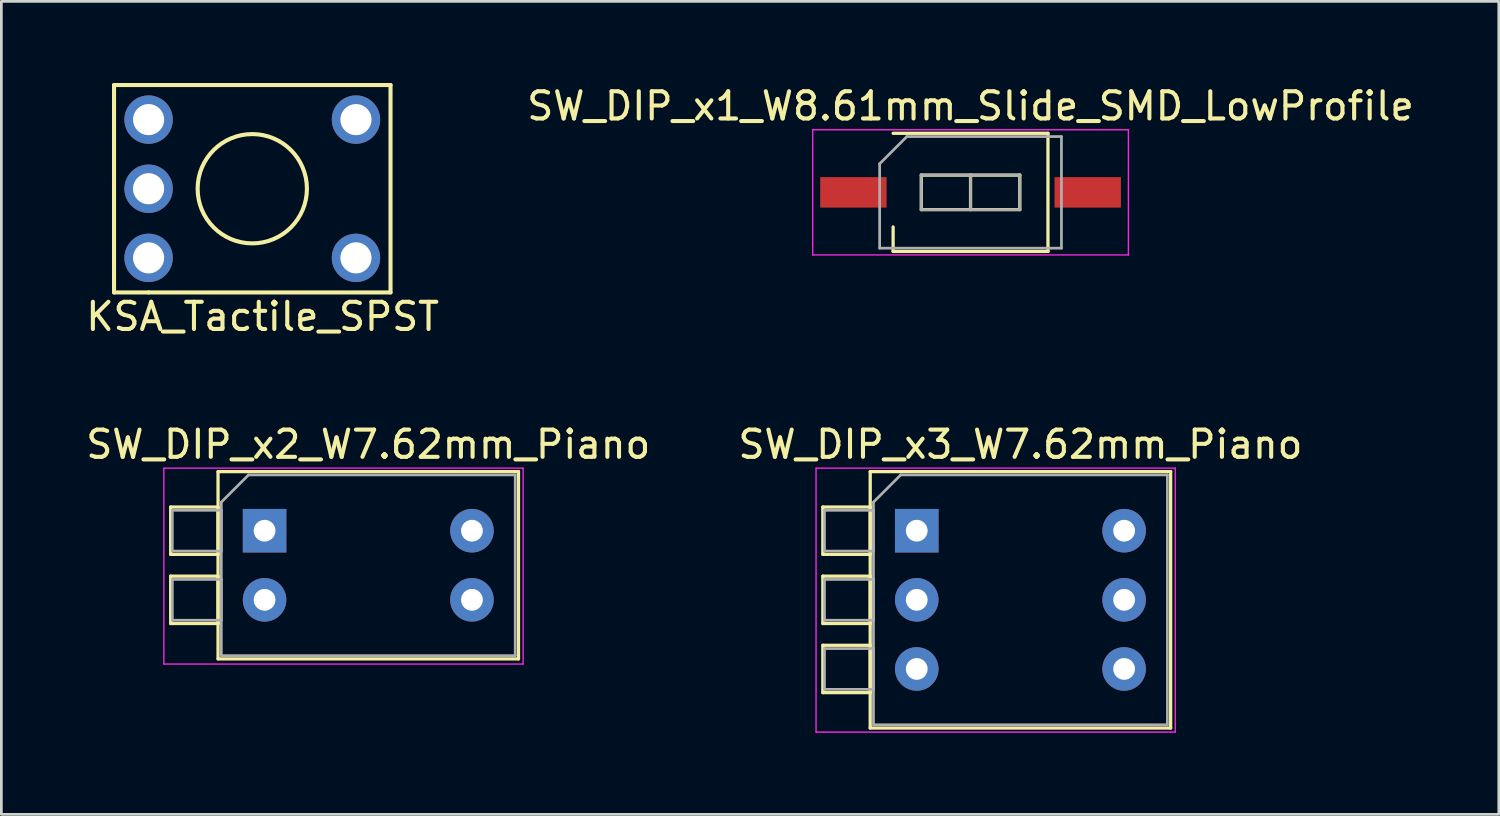
<source format=kicad_pcb>
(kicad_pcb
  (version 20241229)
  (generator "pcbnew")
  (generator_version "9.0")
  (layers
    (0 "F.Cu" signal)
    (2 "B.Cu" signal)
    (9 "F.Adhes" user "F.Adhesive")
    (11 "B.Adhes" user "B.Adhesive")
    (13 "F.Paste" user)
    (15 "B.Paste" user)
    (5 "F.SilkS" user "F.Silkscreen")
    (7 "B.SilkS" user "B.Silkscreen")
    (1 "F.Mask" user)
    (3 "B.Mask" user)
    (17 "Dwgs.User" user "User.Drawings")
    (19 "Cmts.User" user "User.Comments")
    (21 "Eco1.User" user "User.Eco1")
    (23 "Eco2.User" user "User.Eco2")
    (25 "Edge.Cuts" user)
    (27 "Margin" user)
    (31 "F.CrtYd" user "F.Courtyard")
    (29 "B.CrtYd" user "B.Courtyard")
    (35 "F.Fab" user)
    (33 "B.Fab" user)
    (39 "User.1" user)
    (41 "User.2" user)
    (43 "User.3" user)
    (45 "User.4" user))
  (footprint "SW_DIP_x3_W7.62mm_Piano"
    (layer "F.Cu")
    (at 30.636 16.451)
    (property "Reference" "SW_DIP_x3_W7.62mm_Piano" (at 3.81 -3.17 0) (layer "F.SilkS") (effects (font (size 1 1) (thickness 0.15))))
    (attr through_hole)
    (fp_line (start -3.45 -0.87) (end -3.45 0.87) (stroke (width 0.12) (type solid)) (layer "F.SilkS"))
    (fp_line (start -3.45 0.87) (end -1.71 0.87) (stroke (width 0.12) (type solid)) (layer "F.SilkS"))
    (fp_line (start -3.45 1.67) (end -3.45 3.41) (stroke (width 0.12) (type solid)) (layer "F.SilkS"))
    (fp_line (start -3.45 3.41) (end -1.71 3.41) (stroke (width 0.12) (type solid)) (layer "F.SilkS"))
    (fp_line (start -3.45 4.21) (end -3.45 5.95) (stroke (width 0.12) (type solid)) (layer "F.SilkS"))
    (fp_line (start -3.45 5.95) (end -1.71 5.95) (stroke (width 0.12) (type solid)) (layer "F.SilkS"))
    (fp_line (start -1.71 -2.17) (end 9.33 -2.17) (stroke (width 0.12) (type solid)) (layer "F.SilkS"))
    (fp_line (start -1.71 -0.87) (end -3.45 -0.87) (stroke (width 0.12) (type solid)) (layer "F.SilkS"))
    (fp_line (start -1.71 0.87) (end -1.71 -0.87) (stroke (width 0.12) (type solid)) (layer "F.SilkS"))
    (fp_line (start -1.71 1.67) (end -3.45 1.67) (stroke (width 0.12) (type solid)) (layer "F.SilkS"))
    (fp_line (start -1.71 3.41) (end -1.71 1.67) (stroke (width 0.12) (type solid)) (layer "F.SilkS"))
    (fp_line (start -1.71 4.21) (end -3.45 4.21) (stroke (width 0.12) (type solid)) (layer "F.SilkS"))
    (fp_line (start -1.71 5.95) (end -1.71 4.21) (stroke (width 0.12) (type solid)) (layer "F.SilkS"))
    (fp_line (start -1.71 7.25) (end -1.71 -2.17) (stroke (width 0.12) (type solid)) (layer "F.SilkS"))
    (fp_line (start 9.33 -2.17) (end 9.33 7.25) (stroke (width 0.12) (type solid)) (layer "F.SilkS"))
    (fp_line (start 9.33 7.25) (end -1.71 7.25) (stroke (width 0.12) (type solid)) (layer "F.SilkS"))
    (fp_line (start -3.7 -2.3) (end -3.7 7.4) (stroke (width 0.05) (type solid)) (layer "F.CrtYd"))
    (fp_line (start -3.7 7.4) (end 9.5 7.4) (stroke (width 0.05) (type solid)) (layer "F.CrtYd"))
    (fp_line (start 9.5 -2.3) (end -3.7 -2.3) (stroke (width 0.05) (type solid)) (layer "F.CrtYd"))
    (fp_line (start 9.5 7.4) (end 9.5 -2.3) (stroke (width 0.05) (type solid)) (layer "F.CrtYd"))
    (fp_line (start -3.39 -0.75) (end -1.59 -0.75) (stroke (width 0.1) (type solid)) (layer "F.Fab"))
    (fp_line (start -3.39 0.75) (end -3.39 -0.75) (stroke (width 0.1) (type solid)) (layer "F.Fab"))
    (fp_line (start -3.39 1.79) (end -1.59 1.79) (stroke (width 0.1) (type solid)) (layer "F.Fab"))
    (fp_line (start -3.39 3.29) (end -3.39 1.79) (stroke (width 0.1) (type solid)) (layer "F.Fab"))
    (fp_line (start -3.39 4.33) (end -1.59 4.33) (stroke (width 0.1) (type solid)) (layer "F.Fab"))
    (fp_line (start -3.39 5.83) (end -3.39 4.33) (stroke (width 0.1) (type solid)) (layer "F.Fab"))
    (fp_line (start -1.59 -1.05) (end -0.59 -2.05) (stroke (width 0.1) (type solid)) (layer "F.Fab"))
    (fp_line (start -1.59 -0.75) (end -1.59 0.75) (stroke (width 0.1) (type solid)) (layer "F.Fab"))
    (fp_line (start -1.59 0.75) (end -3.39 0.75) (stroke (width 0.1) (type solid)) (layer "F.Fab"))
    (fp_line (start -1.59 1.79) (end -1.59 3.29) (stroke (width 0.1) (type solid)) (layer "F.Fab"))
    (fp_line (start -1.59 3.29) (end -3.39 3.29) (stroke (width 0.1) (type solid)) (layer "F.Fab"))
    (fp_line (start -1.59 4.33) (end -1.59 5.83) (stroke (width 0.1) (type solid)) (layer "F.Fab"))
    (fp_line (start -1.59 5.83) (end -3.39 5.83) (stroke (width 0.1) (type solid)) (layer "F.Fab"))
    (fp_line (start -1.59 7.13) (end -1.59 -1.05) (stroke (width 0.1) (type solid)) (layer "F.Fab"))
    (fp_line (start -0.59 -2.05) (end 9.21 -2.05) (stroke (width 0.1) (type solid)) (layer "F.Fab"))
    (fp_line (start 9.21 -2.05) (end 9.21 7.13) (stroke (width 0.1) (type solid)) (layer "F.Fab"))
    (fp_line (start 9.21 7.13) (end -1.59 7.13) (stroke (width 0.1) (type solid)) (layer "F.Fab"))
    (pad "1" thru_hole rect (at 0 0) (size 1.6 1.6) (drill 0.8) (layers "*.Cu" "*.Mask"))
    (pad "2" thru_hole oval (at 0 2.54) (size 1.6 1.6) (drill 0.8) (layers "*.Cu" "*.Mask"))
    (pad "3" thru_hole oval (at 0 5.08) (size 1.6 1.6) (drill 0.8) (layers "*.Cu" "*.Mask"))
    (pad "4" thru_hole oval (at 7.62 5.08) (size 1.6 1.6) (drill 0.8) (layers "*.Cu" "*.Mask"))
    (pad "5" thru_hole oval (at 7.62 2.54) (size 1.6 1.6) (drill 0.8) (layers "*.Cu" "*.Mask"))
    (pad "6" thru_hole oval (at 7.62 0) (size 1.6 1.6) (drill 0.8) (layers "*.Cu" "*.Mask")))
  (footprint "SW_DIP_x1_W8.61mm_Slide_SMD_LowProfile"
    (layer "F.Cu")
    (at 32.613 4.018)
    (property "Reference" "SW_DIP_x1_W8.61mm_Slide_SMD_LowProfile" (at 0 -3.17 0) (layer "F.SilkS") (effects (font (size 1 1) (thickness 0.15))))
    (attr smd)
    (fp_line (start -2.845 -2.17) (end 2.845 -2.17) (stroke (width 0.12) (type solid)) (layer "F.SilkS"))
    (fp_line (start -2.845 2.17) (end -2.845 1.27) (stroke (width 0.12) (type solid)) (layer "F.SilkS"))
    (fp_line (start -1.81 -0.635) (end -1.81 0.635) (stroke (width 0.12) (type solid)) (layer "F.SilkS"))
    (fp_line (start -1.81 0.635) (end 1.81 0.635) (stroke (width 0.12) (type solid)) (layer "F.SilkS"))
    (fp_line (start 0 -0.635) (end 0 0.635) (stroke (width 0.12) (type solid)) (layer "F.SilkS"))
    (fp_line (start 1.81 -0.635) (end -1.81 -0.635) (stroke (width 0.12) (type solid)) (layer "F.SilkS"))
    (fp_line (start 1.81 0.635) (end 1.81 -0.635) (stroke (width 0.12) (type solid)) (layer "F.SilkS"))
    (fp_line (start 2.845 -2.17) (end 2.845 2.17) (stroke (width 0.12) (type solid)) (layer "F.SilkS"))
    (fp_line (start 2.845 2.17) (end -2.845 2.17) (stroke (width 0.12) (type solid)) (layer "F.SilkS"))
    (fp_line (start -5.8 -2.3) (end -5.8 2.3) (stroke (width 0.05) (type solid)) (layer "F.CrtYd"))
    (fp_line (start -5.8 2.3) (end 5.8 2.3) (stroke (width 0.05) (type solid)) (layer "F.CrtYd"))
    (fp_line (start 5.8 -2.3) (end -5.8 -2.3) (stroke (width 0.05) (type solid)) (layer "F.CrtYd"))
    (fp_line (start 5.8 2.3) (end 5.8 -2.3) (stroke (width 0.05) (type solid)) (layer "F.CrtYd"))
    (fp_line (start -3.34 -1.05) (end -2.34 -2.05) (stroke (width 0.1) (type solid)) (layer "F.Fab"))
    (fp_line (start -3.34 2.05) (end -3.34 -1.05) (stroke (width 0.1) (type solid)) (layer "F.Fab"))
    (fp_line (start -2.34 -2.05) (end 3.34 -2.05) (stroke (width 0.1) (type solid)) (layer "F.Fab"))
    (fp_line (start -1.81 -0.635) (end -1.81 0.635) (stroke (width 0.1) (type solid)) (layer "F.Fab"))
    (fp_line (start -1.81 0.635) (end 1.81 0.635) (stroke (width 0.1) (type solid)) (layer "F.Fab"))
    (fp_line (start 0 -0.635) (end 0 0.635) (stroke (width 0.1) (type solid)) (layer "F.Fab"))
    (fp_line (start 1.81 -0.635) (end -1.81 -0.635) (stroke (width 0.1) (type solid)) (layer "F.Fab"))
    (fp_line (start 1.81 0.635) (end 1.81 -0.635) (stroke (width 0.1) (type solid)) (layer "F.Fab"))
    (fp_line (start 3.34 -2.05) (end 3.34 2.05) (stroke (width 0.1) (type solid)) (layer "F.Fab"))
    (fp_line (start 3.34 2.05) (end -3.34 2.05) (stroke (width 0.1) (type solid)) (layer "F.Fab"))
    (pad "1" smd rect (at -4.305 0) (size 2.44 1.12) (layers "F.Cu" "F.Mask"))
    (pad "2" smd rect (at 4.305 0) (size 2.44 1.12) (layers "F.Cu" "F.Mask")))
  (footprint "SW_DIP_x2_W7.62mm_Piano"
    (layer "F.Cu")
    (at 6.672 16.451)
    (property "Reference" "SW_DIP_x2_W7.62mm_Piano" (at 3.81 -3.17 0) (layer "F.SilkS") (effects (font (size 1 1) (thickness 0.15))))
    (attr through_hole)
    (fp_line (start -3.45 -0.87) (end -3.45 0.87) (stroke (width 0.12) (type solid)) (layer "F.SilkS"))
    (fp_line (start -3.45 0.87) (end -1.71 0.87) (stroke (width 0.12) (type solid)) (layer "F.SilkS"))
    (fp_line (start -3.45 1.67) (end -3.45 3.41) (stroke (width 0.12) (type solid)) (layer "F.SilkS"))
    (fp_line (start -3.45 3.41) (end -1.71 3.41) (stroke (width 0.12) (type solid)) (layer "F.SilkS"))
    (fp_line (start -1.71 -2.17) (end 9.33 -2.17) (stroke (width 0.12) (type solid)) (layer "F.SilkS"))
    (fp_line (start -1.71 -0.87) (end -3.45 -0.87) (stroke (width 0.12) (type solid)) (layer "F.SilkS"))
    (fp_line (start -1.71 0.87) (end -1.71 -0.87) (stroke (width 0.12) (type solid)) (layer "F.SilkS"))
    (fp_line (start -1.71 1.67) (end -3.45 1.67) (stroke (width 0.12) (type solid)) (layer "F.SilkS"))
    (fp_line (start -1.71 3.41) (end -1.71 1.67) (stroke (width 0.12) (type solid)) (layer "F.SilkS"))
    (fp_line (start -1.71 4.71) (end -1.71 -2.17) (stroke (width 0.12) (type solid)) (layer "F.SilkS"))
    (fp_line (start 9.33 -2.17) (end 9.33 4.71) (stroke (width 0.12) (type solid)) (layer "F.SilkS"))
    (fp_line (start 9.33 4.71) (end -1.71 4.71) (stroke (width 0.12) (type solid)) (layer "F.SilkS"))
    (fp_line (start -3.7 -2.3) (end -3.7 4.9) (stroke (width 0.05) (type solid)) (layer "F.CrtYd"))
    (fp_line (start -3.7 4.9) (end 9.5 4.9) (stroke (width 0.05) (type solid)) (layer "F.CrtYd"))
    (fp_line (start 9.5 -2.3) (end -3.7 -2.3) (stroke (width 0.05) (type solid)) (layer "F.CrtYd"))
    (fp_line (start 9.5 4.9) (end 9.5 -2.3) (stroke (width 0.05) (type solid)) (layer "F.CrtYd"))
    (fp_line (start -3.39 -0.75) (end -1.59 -0.75) (stroke (width 0.1) (type solid)) (layer "F.Fab"))
    (fp_line (start -3.39 0.75) (end -3.39 -0.75) (stroke (width 0.1) (type solid)) (layer "F.Fab"))
    (fp_line (start -3.39 1.79) (end -1.59 1.79) (stroke (width 0.1) (type solid)) (layer "F.Fab"))
    (fp_line (start -3.39 3.29) (end -3.39 1.79) (stroke (width 0.1) (type solid)) (layer "F.Fab"))
    (fp_line (start -1.59 -1.05) (end -0.59 -2.05) (stroke (width 0.1) (type solid)) (layer "F.Fab"))
    (fp_line (start -1.59 -0.75) (end -1.59 0.75) (stroke (width 0.1) (type solid)) (layer "F.Fab"))
    (fp_line (start -1.59 0.75) (end -3.39 0.75) (stroke (width 0.1) (type solid)) (layer "F.Fab"))
    (fp_line (start -1.59 1.79) (end -1.59 3.29) (stroke (width 0.1) (type solid)) (layer "F.Fab"))
    (fp_line (start -1.59 3.29) (end -3.39 3.29) (stroke (width 0.1) (type solid)) (layer "F.Fab"))
    (fp_line (start -1.59 4.59) (end -1.59 -1.05) (stroke (width 0.1) (type solid)) (layer "F.Fab"))
    (fp_line (start -0.59 -2.05) (end 9.21 -2.05) (stroke (width 0.1) (type solid)) (layer "F.Fab"))
    (fp_line (start 9.21 -2.05) (end 9.21 4.59) (stroke (width 0.1) (type solid)) (layer "F.Fab"))
    (fp_line (start 9.21 4.59) (end -1.59 4.59) (stroke (width 0.1) (type solid)) (layer "F.Fab"))
    (pad "1" thru_hole rect (at 0 0) (size 1.6 1.6) (drill 0.8) (layers "*.Cu" "*.Mask"))
    (pad "2" thru_hole oval (at 0 2.54) (size 1.6 1.6) (drill 0.8) (layers "*.Cu" "*.Mask"))
    (pad "3" thru_hole oval (at 7.62 2.54) (size 1.6 1.6) (drill 0.8) (layers "*.Cu" "*.Mask"))
    (pad "4" thru_hole oval (at 7.62 0) (size 1.6 1.6) (drill 0.8) (layers "*.Cu" "*.Mask")))
  (footprint "KSA_Tactile_SPST"
    (layer "F.Cu")
    (at 6.22 3.885)
    (property "Reference" "KSA_Tactile_SPST" (at 0.381 4.699 0) (layer "F.SilkS") (effects (font (size 1 1) (thickness 0.15))))
    (attr through_hole)
    (fp_line (start -5.08 -3.81) (end -5.08 3.81) (stroke (width 0.15) (type solid)) (layer "F.SilkS"))
    (fp_line (start -5.08 3.81) (end -3.81 3.81) (stroke (width 0.15) (type solid)) (layer "F.SilkS"))
    (fp_line (start -3.81 3.81) (end 5.08 3.81) (stroke (width 0.15) (type solid)) (layer "F.SilkS"))
    (fp_line (start 5.08 -3.81) (end -5.08 -3.81) (stroke (width 0.15) (type solid)) (layer "F.SilkS"))
    (fp_line (start 5.08 3.81) (end 5.08 -3.81) (stroke (width 0.15) (type solid)) (layer "F.SilkS"))
    (fp_circle (center 0 0) (end 1.905 0.635) (stroke (width 0.15) (type solid)) (fill no) (layer "F.SilkS"))
    (pad "1" thru_hole circle (at 3.81 -2.54) (size 1.778 1.778) (drill 1.143) (layers "*.Cu" "*.Mask"))
    (pad "2" thru_hole circle (at 3.81 2.54) (size 1.778 1.778) (drill 1.143) (layers "*.Cu" "*.Mask"))
    (pad "3" thru_hole circle (at -3.81 2.54) (size 1.778 1.778) (drill 1.143) (layers "*.Cu" "*.Mask"))
    (pad "4" thru_hole circle (at -3.81 0) (size 1.778 1.778) (drill 1.143) (layers "*.Cu" "*.Mask"))
    (pad "5" thru_hole circle (at -3.81 -2.54) (size 1.778 1.778) (drill 1.143) (layers "*.Cu" "*.Mask")))
  (gr_rect
    (start -3 -3)
    (end 52.024 26.875)
    (stroke (width 0.1) (type default))
    (fill no)
    (layer "Edge.Cuts")))
</source>
